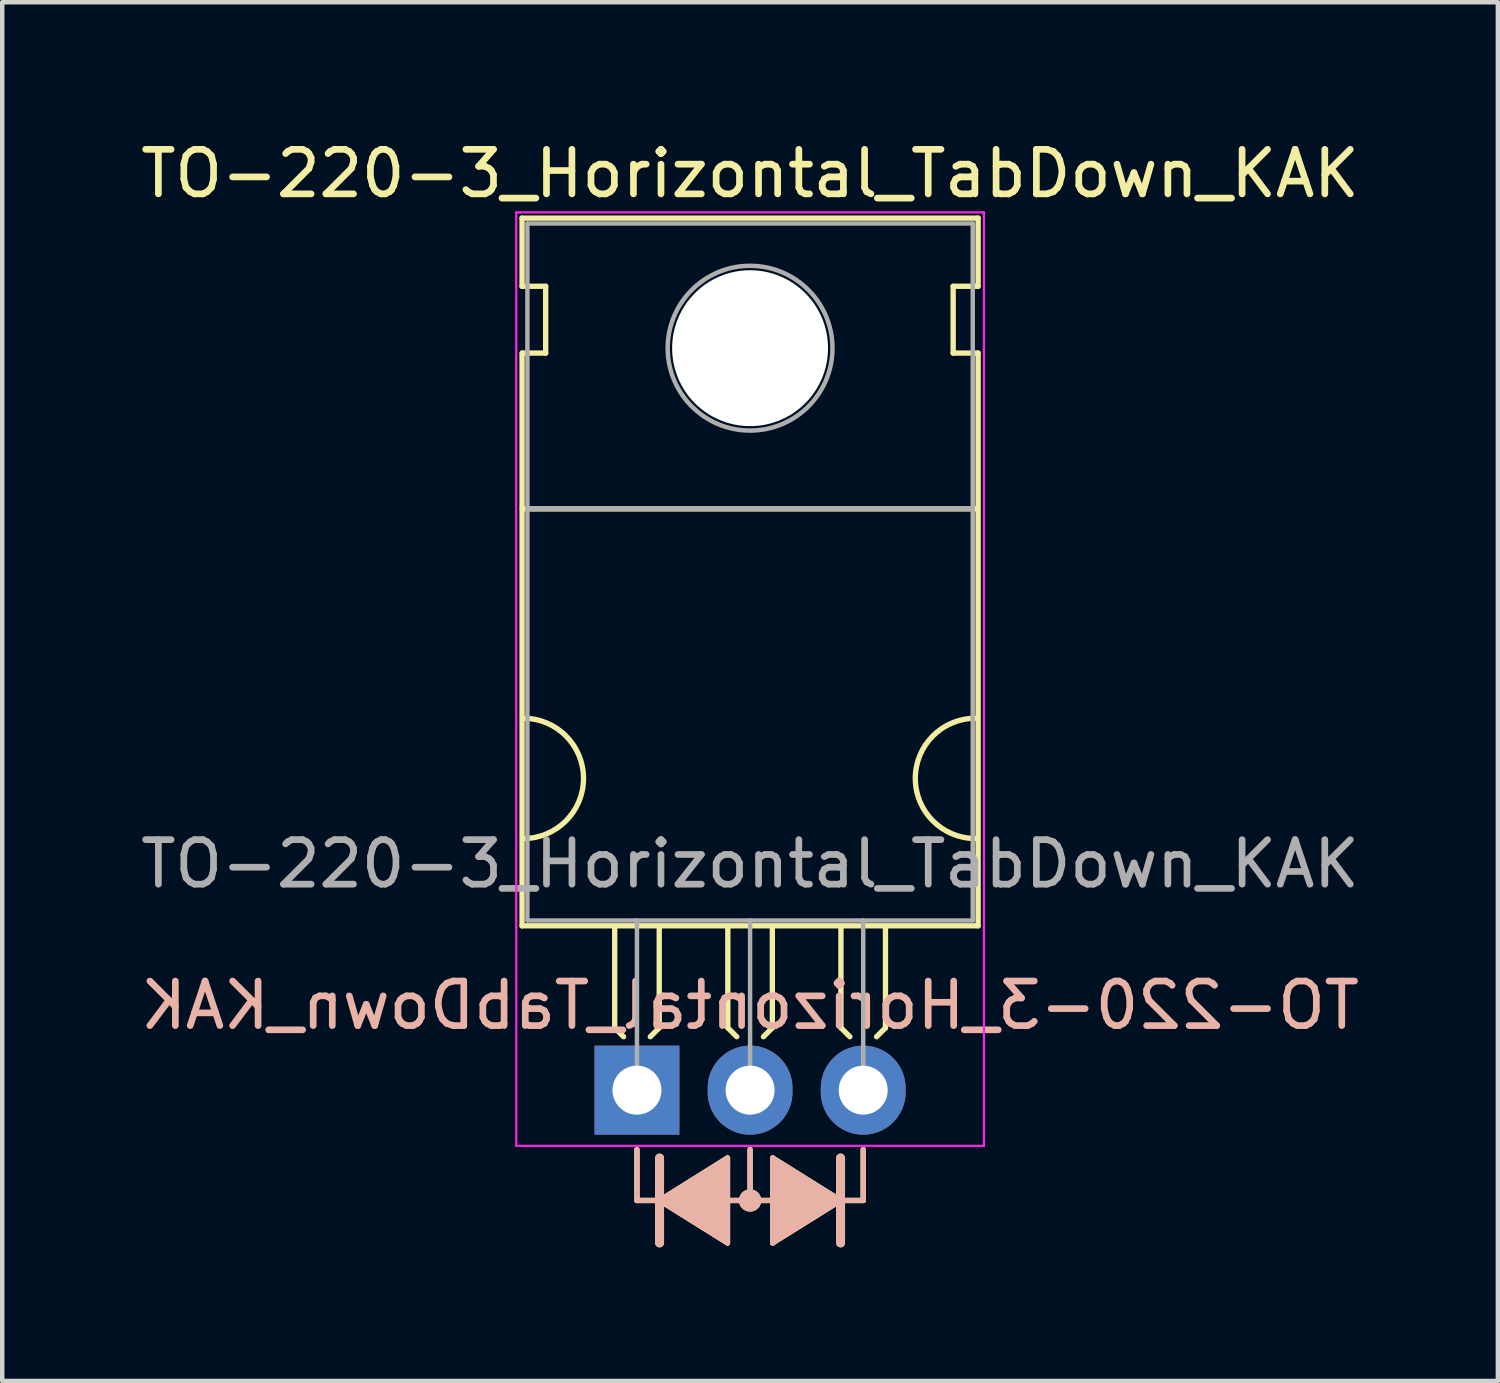
<source format=kicad_pcb>
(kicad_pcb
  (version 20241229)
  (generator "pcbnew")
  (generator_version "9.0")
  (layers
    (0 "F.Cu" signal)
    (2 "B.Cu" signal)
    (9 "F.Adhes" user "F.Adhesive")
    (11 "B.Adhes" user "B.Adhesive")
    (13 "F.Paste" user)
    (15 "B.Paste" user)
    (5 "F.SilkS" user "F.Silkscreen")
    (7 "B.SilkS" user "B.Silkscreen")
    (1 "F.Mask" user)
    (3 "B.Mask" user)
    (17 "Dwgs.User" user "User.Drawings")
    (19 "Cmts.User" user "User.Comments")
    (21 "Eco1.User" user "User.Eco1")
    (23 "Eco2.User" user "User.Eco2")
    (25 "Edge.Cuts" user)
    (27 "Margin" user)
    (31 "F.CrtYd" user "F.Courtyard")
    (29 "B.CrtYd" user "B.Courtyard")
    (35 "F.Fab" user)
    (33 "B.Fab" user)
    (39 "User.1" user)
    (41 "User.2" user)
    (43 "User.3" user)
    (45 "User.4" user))
  (footprint "TO-220-3_Horizontal_TabDown_KAK"
    (layer "F.Cu")
    (at 11.252 21.428)
    (property "Reference" "TO-220-3_Horizontal_TabDown_KAK" (at 2.54 -20.58 0) (layer "F.SilkS") (effects (font (size 1 1) (thickness 0.15))))
    (fp_line (start -2.58 -19.58) (end -2.58 -18.05) (stroke (width 0.12) (type solid)) (layer "F.SilkS"))
    (fp_line (start -2.58 -19.58) (end 7.66 -19.58) (stroke (width 0.12) (type solid)) (layer "F.SilkS"))
    (fp_line (start -2.58 -18.05) (end -2.05 -18.05) (stroke (width 0.12) (type solid)) (layer "F.SilkS"))
    (fp_line (start -2.58 -16.55) (end -2.58 -3.69) (stroke (width 0.12) (type solid)) (layer "F.SilkS"))
    (fp_line (start -2.58 -3.69) (end 7.66 -3.69) (stroke (width 0.12) (type solid)) (layer "F.SilkS"))
    (fp_line (start -2.575 -13.05) (end 7.65 -13.05) (stroke (width 0.12) (type solid)) (layer "F.SilkS"))
    (fp_line (start -2.05 -18.05) (end -2.05 -16.55) (stroke (width 0.12) (type solid)) (layer "F.SilkS"))
    (fp_line (start -2.05 -16.55) (end -2.575 -16.55) (stroke (width 0.12) (type solid)) (layer "F.SilkS"))
    (fp_line (start -0.5 -3.65) (end -0.5 -1.4) (stroke (width 0.12) (type solid)) (layer "F.SilkS"))
    (fp_line (start -0.5 -1.4) (end -0.3 -1.2) (stroke (width 0.12) (type solid)) (layer "F.SilkS"))
    (fp_line (start 0 1.333) (end 0 2.477) (stroke (width 0.12) (type solid)) (layer "F.SilkS"))
    (fp_line (start 0 2.477) (end 0.508 2.477) (stroke (width 0.12) (type solid)) (layer "F.SilkS"))
    (fp_line (start 0.5 -3.65) (end 0.5 -1.4) (stroke (width 0.12) (type solid)) (layer "F.SilkS"))
    (fp_line (start 0.5 -1.4) (end 0.3 -1.2) (stroke (width 0.12) (type solid)) (layer "F.SilkS"))
    (fp_line (start 0.508 1.524) (end 0.508 3.429) (stroke (width 0.2) (type solid)) (layer "F.SilkS"))
    (fp_line (start 0.508 2.477) (end 2.032 1.524) (stroke (width 0.12) (type solid)) (layer "F.SilkS"))
    (fp_line (start 0.508 2.477) (end 2.032 3.429) (stroke (width 0.12) (type solid)) (layer "F.SilkS"))
    (fp_line (start 2.032 1.714) (end 2.032 1.524) (stroke (width 0.12) (type solid)) (layer "F.SilkS"))
    (fp_line (start 2.032 3.429) (end 2.032 1.714) (stroke (width 0.12) (type solid)) (layer "F.SilkS"))
    (fp_line (start 2.04 -3.65) (end 2.04 -1.4) (stroke (width 0.12) (type solid)) (layer "F.SilkS"))
    (fp_line (start 2.04 -1.4) (end 2.24 -1.2) (stroke (width 0.12) (type solid)) (layer "F.SilkS"))
    (fp_line (start 2.54 1.333) (end 2.54 2.477) (stroke (width 0.12) (type solid)) (layer "F.SilkS"))
    (fp_line (start 2.54 2.477) (end 2.032 2.477) (stroke (width 0.12) (type solid)) (layer "F.SilkS"))
    (fp_line (start 2.54 2.477) (end 3.048 2.477) (stroke (width 0.12) (type solid)) (layer "F.SilkS"))
    (fp_line (start 3.04 -3.65) (end 3.04 -1.4) (stroke (width 0.12) (type solid)) (layer "F.SilkS"))
    (fp_line (start 3.04 -1.4) (end 2.84 -1.2) (stroke (width 0.12) (type solid)) (layer "F.SilkS"))
    (fp_line (start 3.048 1.524) (end 3.048 3.429) (stroke (width 0.12) (type solid)) (layer "F.SilkS"))
    (fp_line (start 3.048 3.429) (end 4.572 2.477) (stroke (width 0.12) (type solid)) (layer "F.SilkS"))
    (fp_line (start 4.572 2.477) (end 3.048 1.524) (stroke (width 0.12) (type solid)) (layer "F.SilkS"))
    (fp_line (start 4.572 3.429) (end 4.572 1.524) (stroke (width 0.2) (type solid)) (layer "F.SilkS"))
    (fp_line (start 4.58 -3.65) (end 4.58 -1.4) (stroke (width 0.12) (type solid)) (layer "F.SilkS"))
    (fp_line (start 4.58 -1.4) (end 4.78 -1.2) (stroke (width 0.12) (type solid)) (layer "F.SilkS"))
    (fp_line (start 5.08 1.333) (end 5.08 2.477) (stroke (width 0.12) (type solid)) (layer "F.SilkS"))
    (fp_line (start 5.08 2.477) (end 4.572 2.477) (stroke (width 0.12) (type solid)) (layer "F.SilkS"))
    (fp_line (start 5.58 -3.65) (end 5.58 -1.4) (stroke (width 0.12) (type solid)) (layer "F.SilkS"))
    (fp_line (start 5.58 -1.4) (end 5.38 -1.2) (stroke (width 0.12) (type solid)) (layer "F.SilkS"))
    (fp_line (start 7.1 -18.05) (end 7.66 -18.05) (stroke (width 0.12) (type solid)) (layer "F.SilkS"))
    (fp_line (start 7.1 -16.55) (end 7.1 -18.05) (stroke (width 0.12) (type solid)) (layer "F.SilkS"))
    (fp_line (start 7.66 -19.58) (end 7.66 -18.05) (stroke (width 0.12) (type solid)) (layer "F.SilkS"))
    (fp_line (start 7.66 -16.55) (end 7.1 -16.55) (stroke (width 0.12) (type solid)) (layer "F.SilkS"))
    (fp_line (start 7.66 -16.55) (end 7.66 -3.69) (stroke (width 0.12) (type solid)) (layer "F.SilkS"))
    (fp_arc (start -2.55 -8.35) (mid -1.2 -7) (end -2.55 -5.65) (stroke (width 0.12) (type solid)) (layer "F.SilkS"))
    (fp_arc (start 7.6 -5.65) (mid 6.25 -7) (end 7.6 -8.35) (stroke (width 0.12) (type solid)) (layer "F.SilkS"))
    (fp_circle (center 2.54 2.477) (end 2.54 2.54) (stroke (width 0.12) (type solid)) (fill no) (layer "F.SilkS"))
    (fp_circle (center 2.54 2.477) (end 2.54 2.603) (stroke (width 0.12) (type solid)) (fill no) (layer "F.SilkS"))
    (fp_circle (center 2.54 2.477) (end 2.54 2.667) (stroke (width 0.12) (type solid)) (fill no) (layer "F.SilkS"))
    (fp_poly (pts (xy 0.508 2.477) (xy 2.032 1.524) (xy 2.032 3.429)) (stroke (width 0.1) (type solid)) (fill yes) (layer "F.SilkS"))
    (fp_poly (pts (xy 3.048 1.524) (xy 4.572 2.477) (xy 3.048 3.429)) (stroke (width 0.1) (type solid)) (fill yes) (layer "F.SilkS"))
    (fp_line (start 0 1.333) (end 0 2.477) (stroke (width 0.12) (type solid)) (layer "B.SilkS"))
    (fp_line (start 0 2.477) (end 0.508 2.477) (stroke (width 0.12) (type solid)) (layer "B.SilkS"))
    (fp_line (start 0.508 2.477) (end 2.032 1.524) (stroke (width 0.12) (type solid)) (layer "B.SilkS"))
    (fp_line (start 0.508 3.429) (end 0.508 1.524) (stroke (width 0.2) (type solid)) (layer "B.SilkS"))
    (fp_line (start 2.032 1.524) (end 2.032 3.429) (stroke (width 0.12) (type solid)) (layer "B.SilkS"))
    (fp_line (start 2.032 3.429) (end 0.508 2.477) (stroke (width 0.12) (type solid)) (layer "B.SilkS"))
    (fp_line (start 2.54 1.333) (end 2.54 2.477) (stroke (width 0.12) (type solid)) (layer "B.SilkS"))
    (fp_line (start 2.54 2.477) (end 2.032 2.477) (stroke (width 0.12) (type solid)) (layer "B.SilkS"))
    (fp_line (start 2.54 2.477) (end 3.048 2.477) (stroke (width 0.12) (type solid)) (layer "B.SilkS"))
    (fp_line (start 3.048 1.714) (end 3.048 1.524) (stroke (width 0.12) (type solid)) (layer "B.SilkS"))
    (fp_line (start 3.048 3.429) (end 3.048 1.714) (stroke (width 0.12) (type solid)) (layer "B.SilkS"))
    (fp_line (start 4.572 1.524) (end 4.572 3.429) (stroke (width 0.2) (type solid)) (layer "B.SilkS"))
    (fp_line (start 4.572 2.477) (end 3.048 1.524) (stroke (width 0.12) (type solid)) (layer "B.SilkS"))
    (fp_line (start 4.572 2.477) (end 3.048 3.429) (stroke (width 0.12) (type solid)) (layer "B.SilkS"))
    (fp_line (start 5.08 1.333) (end 5.08 2.477) (stroke (width 0.12) (type solid)) (layer "B.SilkS"))
    (fp_line (start 5.08 2.477) (end 4.572 2.477) (stroke (width 0.12) (type solid)) (layer "B.SilkS"))
    (fp_circle (center 2.54 2.477) (end 2.54 2.54) (stroke (width 0.12) (type solid)) (fill no) (layer "B.SilkS"))
    (fp_circle (center 2.54 2.477) (end 2.54 2.603) (stroke (width 0.12) (type solid)) (fill no) (layer "B.SilkS"))
    (fp_circle (center 2.54 2.477) (end 2.54 2.667) (stroke (width 0.12) (type solid)) (fill no) (layer "B.SilkS"))
    (fp_poly (pts (xy 2.032 1.524) (xy 0.508 2.477) (xy 2.032 3.429)) (stroke (width 0.1) (type solid)) (fill yes) (layer "B.SilkS"))
    (fp_poly (pts (xy 4.572 2.477) (xy 3.048 1.524) (xy 3.048 3.429)) (stroke (width 0.1) (type solid)) (fill yes) (layer "B.SilkS"))
    (fp_line (start -2.71 -19.71) (end -2.71 1.25) (stroke (width 0.05) (type solid)) (layer "F.CrtYd"))
    (fp_line (start -2.71 1.25) (end 7.79 1.25) (stroke (width 0.05) (type solid)) (layer "F.CrtYd"))
    (fp_line (start 7.79 -19.71) (end -2.71 -19.71) (stroke (width 0.05) (type solid)) (layer "F.CrtYd"))
    (fp_line (start 7.79 1.25) (end 7.79 -19.71) (stroke (width 0.05) (type solid)) (layer "F.CrtYd"))
    (fp_line (start -2.46 -19.46) (end 7.54 -19.46) (stroke (width 0.1) (type solid)) (layer "F.Fab"))
    (fp_line (start -2.46 -13.06) (end -2.46 -19.46) (stroke (width 0.1) (type solid)) (layer "F.Fab"))
    (fp_line (start -2.46 -13.06) (end 7.54 -13.06) (stroke (width 0.1) (type solid)) (layer "F.Fab"))
    (fp_line (start -2.46 -3.81) (end -2.46 -13.06) (stroke (width 0.1) (type solid)) (layer "F.Fab"))
    (fp_line (start 0 -3.81) (end 0 0) (stroke (width 0.1) (type solid)) (layer "F.Fab"))
    (fp_line (start 2.54 -3.81) (end 2.54 0) (stroke (width 0.1) (type solid)) (layer "F.Fab"))
    (fp_line (start 5.08 -3.81) (end 5.08 0) (stroke (width 0.1) (type solid)) (layer "F.Fab"))
    (fp_line (start 7.54 -19.46) (end 7.54 -13.06) (stroke (width 0.1) (type solid)) (layer "F.Fab"))
    (fp_line (start 7.54 -13.06) (end -2.46 -13.06) (stroke (width 0.1) (type solid)) (layer "F.Fab"))
    (fp_line (start 7.54 -13.06) (end 7.54 -3.81) (stroke (width 0.1) (type solid)) (layer "F.Fab"))
    (fp_line (start 7.54 -3.81) (end -2.46 -3.81) (stroke (width 0.1) (type solid)) (layer "F.Fab"))
    (fp_circle (center 2.54 -16.66) (end 4.39 -16.66) (stroke (width 0.1) (type solid)) (fill no) (layer "F.Fab"))
    (fp_text user "${REFERENCE}" (at 2.54 -1.905 0) (layer "B.SilkS") (effects (font (size 1 1) (thickness 0.15)) (justify mirror)))
    (fp_text user "${REFERENCE}" (at 2.54 -5.08 0) (layer "F.Fab") (effects (font (size 1 1) (thickness 0.15))))
    (pad "" np_thru_hole oval (at 2.54 -16.66) (size 3.5 3.5) (drill 3.5) (layers "*.Cu" "*.Mask"))
    (pad "1" thru_hole rect (at 0 0) (size 1.905 2) (drill 1.1) (layers "*.Cu" "*.Mask"))
    (pad "2" thru_hole oval (at 2.54 0) (size 1.905 2) (drill 1.1) (layers "*.Cu" "*.Mask"))
    (pad "3" thru_hole oval (at 5.08 0) (size 1.905 2) (drill 1.1) (layers "*.Cu" "*.Mask")))
  (gr_rect
    (start -3 -3)
    (end 30.583 27.957)
    (stroke (width 0.1) (type default))
    (fill no)
    (layer "Edge.Cuts")))
</source>
